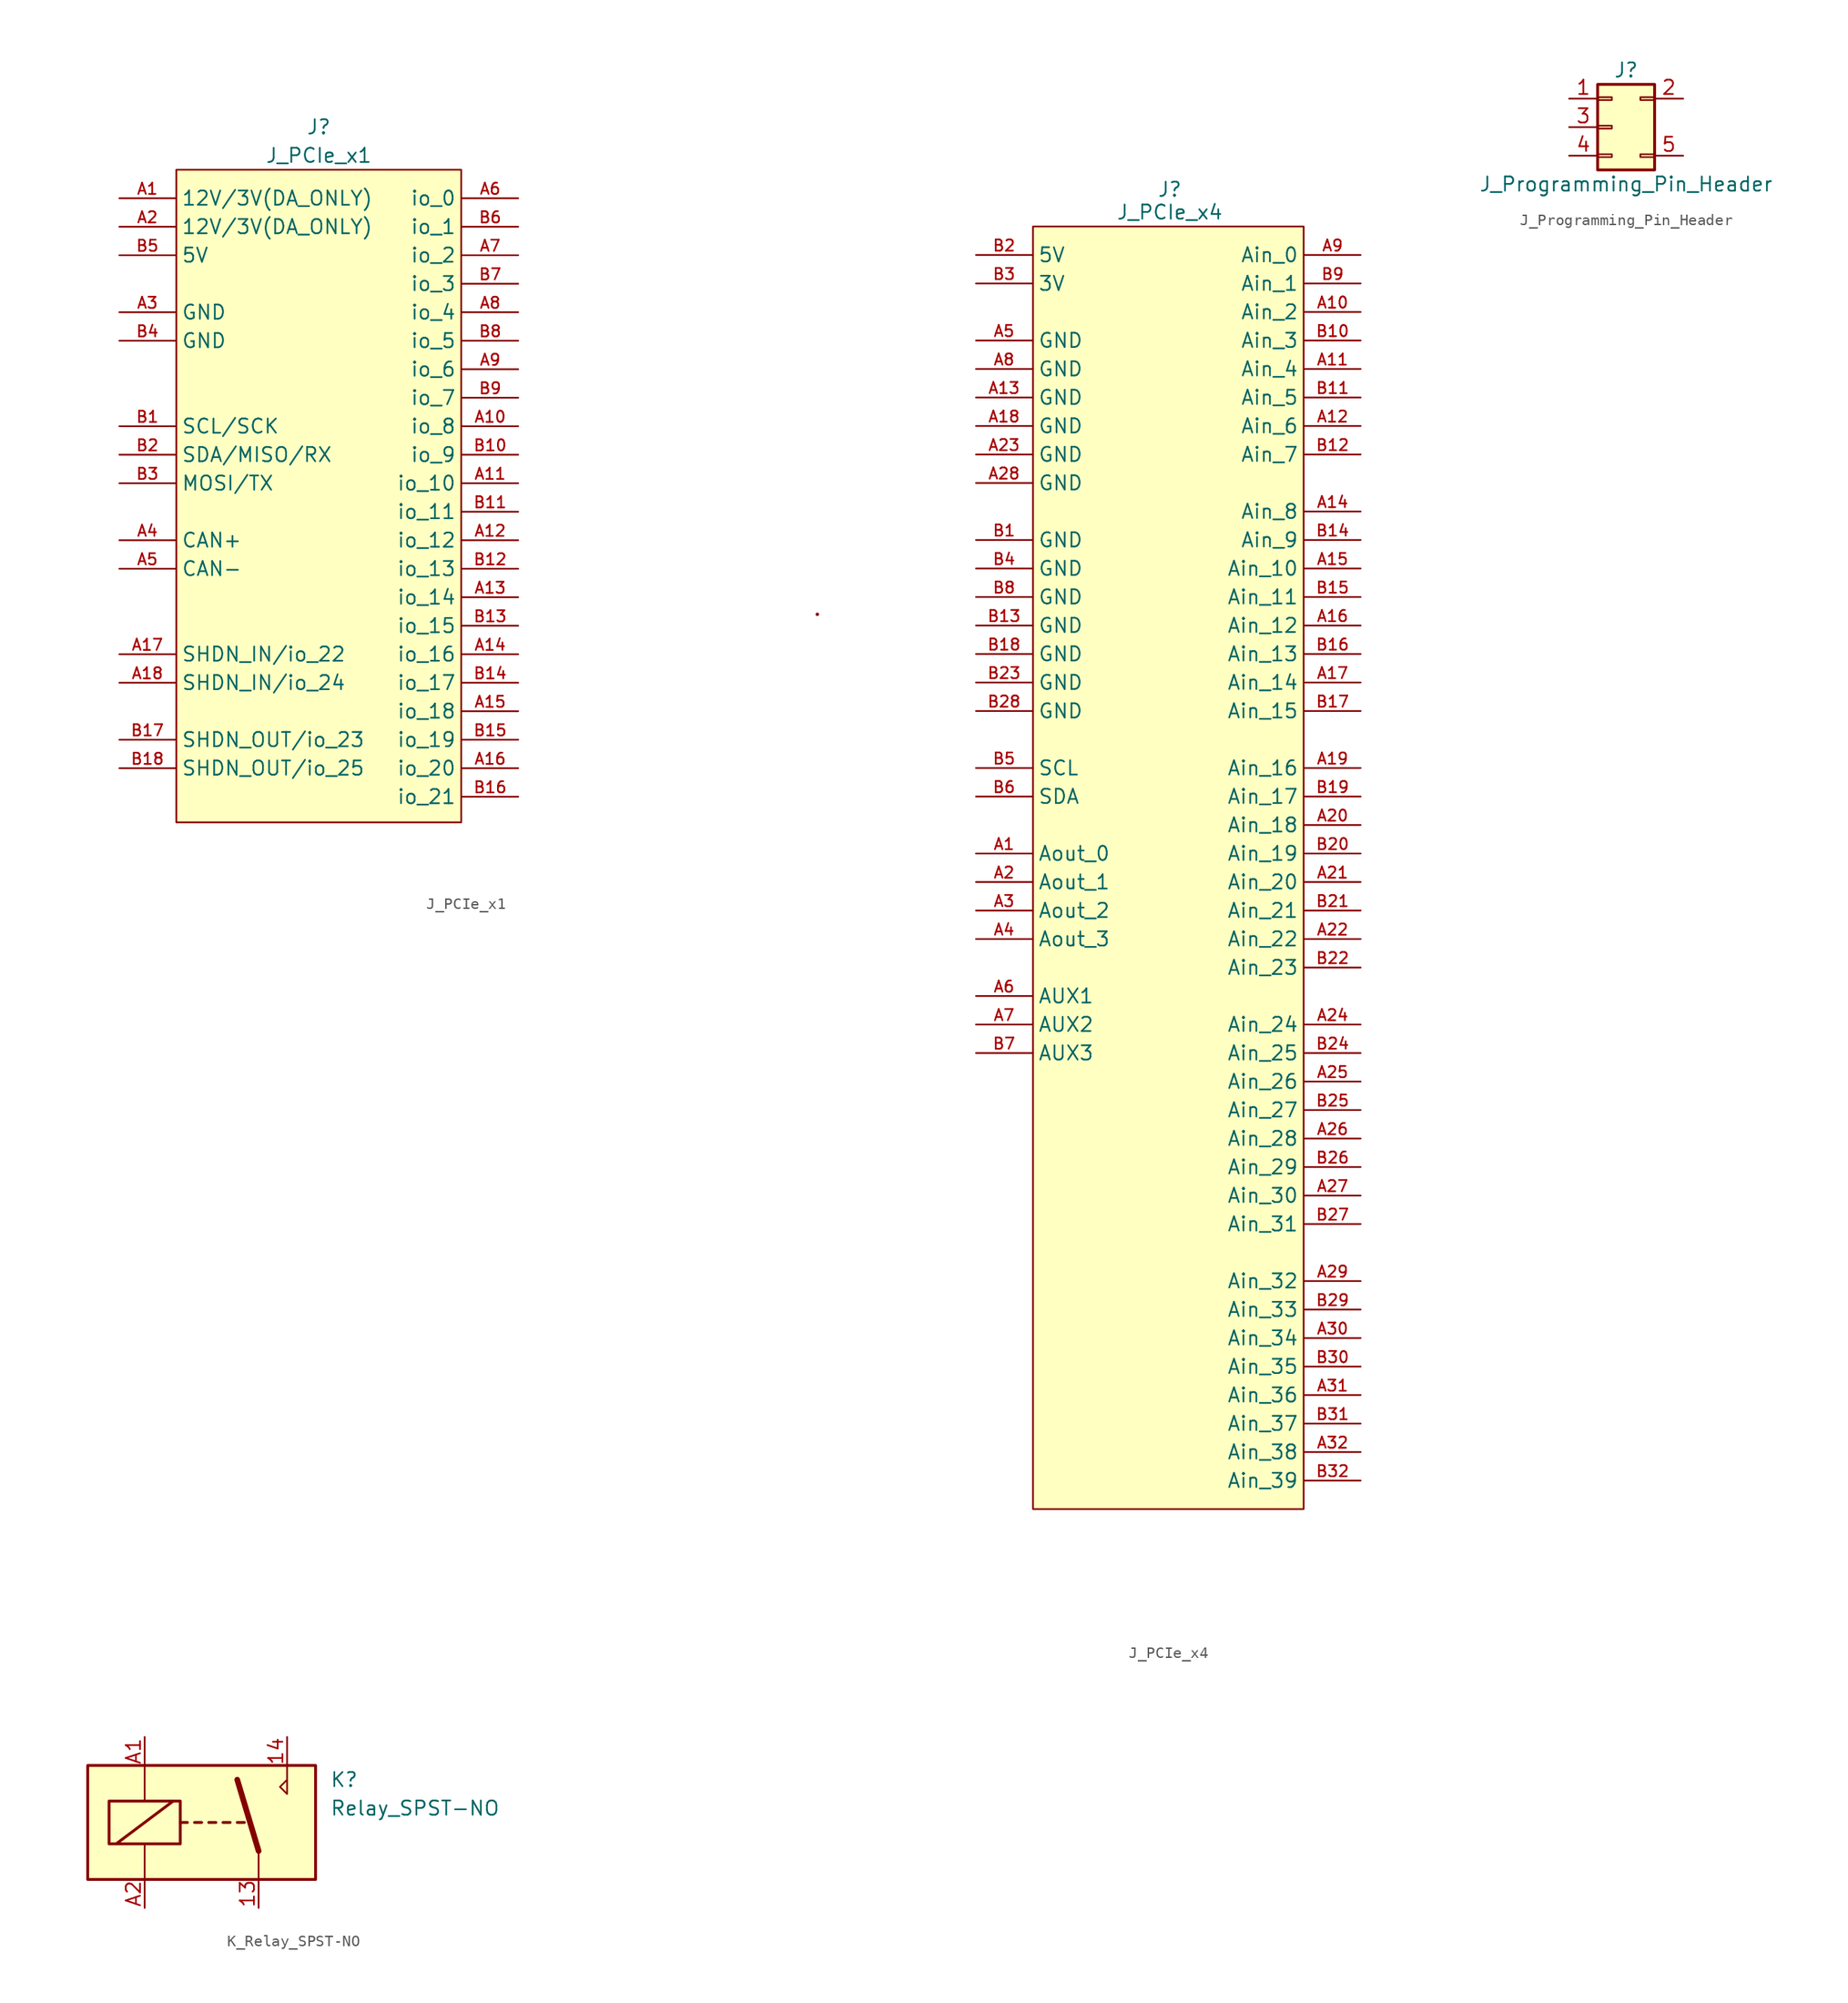
<source format=kicad_sym>
(kicad_symbol_lib
  (version 20241209)
  (generator symbol2library)
  (symbol "J_PCIe_x1"
    (property "Reference" "J"
      (at 0 30.48 0)
      (do_not_autoplace)
      (effects (font (size 1.27 1.27))))
    (property "Value" "J_PCIe_x1"
      (at 0 27.94 0)
      (do_not_autoplace)
      (effects (font (size 1.27 1.27))))
    (symbol "J_PCIe_x1_0_1"
      (circle (center 44.45 -12.954) (radius 0.0001) (stroke (width 0) (type default)) (fill (type none))))
    (symbol "J_PCIe_x1_1_1"
      (rectangle (start -12.7 26.67) (end 12.7 -31.496) (stroke (width 0) (type default)) (fill (type background)))
      (pin bidirectional line (at -17.78 24.13 0) (length 5) (name "12V/3V(DA_ONLY)" (effects (font (size 1.27 1.27)))) (number "A1" (effects (font (size 1 1)))))
      (pin bidirectional line (at -17.78 21.59 0) (length 5) (name "12V/3V(DA_ONLY)" (effects (font (size 1.27 1.27)))) (number "A2" (effects (font (size 1 1)))))
      (pin bidirectional line (at -17.78 19.05 0) (length 5) (name "5V" (effects (font (size 1.27 1.27)))) (number "B5" (effects (font (size 1 1)))))
      (pin bidirectional line (at -17.78 13.97 0) (length 5) (name "GND" (effects (font (size 1.27 1.27)))) (number "A3" (effects (font (size 1 1)))))
      (pin bidirectional line (at -17.78 11.43 0) (length 5) (name "GND" (effects (font (size 1.27 1.27)))) (number "B4" (effects (font (size 1 1)))))
      (pin bidirectional line (at -17.78 3.81 0) (length 5) (name "SCL/SCK" (effects (font (size 1.27 1.27)))) (number "B1" (effects (font (size 1 1)))))
      (pin bidirectional line (at -17.78 1.27 0) (length 5) (name "SDA/MISO/RX" (effects (font (size 1.27 1.27)))) (number "B2" (effects (font (size 1 1)))))
      (pin bidirectional line (at -17.78 -1.27 0) (length 5) (name "MOSI/TX" (effects (font (size 1.27 1.27)))) (number "B3" (effects (font (size 1 1)))))
      (pin bidirectional line (at -17.78 -6.35 0) (length 5) (name "CAN+" (effects (font (size 1.27 1.27)))) (number "A4" (effects (font (size 1 1)))))
      (pin bidirectional line (at -17.78 -8.89 0) (length 5) (name "CAN-" (effects (font (size 1.27 1.27)))) (number "A5" (effects (font (size 1 1)))))
      (pin bidirectional line (at -17.78 -16.51 0) (length 5) (name "SHDN_IN/io_22" (effects (font (size 1.27 1.27)))) (number "A17" (effects (font (size 1 1)))))
      (pin bidirectional line (at -17.78 -19.05 0) (length 5) (name "SHDN_IN/io_24" (effects (font (size 1.27 1.27)))) (number "A18" (effects (font (size 1 1)))))
      (pin bidirectional line (at -17.78 -24.13 0) (length 5) (name "SHDN_OUT/io_23" (effects (font (size 1.27 1.27)))) (number "B17" (effects (font (size 1 1)))))
      (pin bidirectional line (at -17.78 -26.67 0) (length 5) (name "SHDN_OUT/io_25" (effects (font (size 1.27 1.27)))) (number "B18" (effects (font (size 1 1)))))
      (pin bidirectional line (at 17.78 24.13 180) (length 5) (name "io_0" (effects (font (size 1.27 1.27)))) (number "A6" (effects (font (size 1 1)))))
      (pin bidirectional line (at 17.78 21.59 180) (length 5) (name "io_1" (effects (font (size 1.27 1.27)))) (number "B6" (effects (font (size 1 1)))))
      (pin bidirectional line (at 17.78 19.05 180) (length 5) (name "io_2" (effects (font (size 1.27 1.27)))) (number "A7" (effects (font (size 1 1)))))
      (pin bidirectional line (at 17.78 16.51 180) (length 5) (name "io_3" (effects (font (size 1.27 1.27)))) (number "B7" (effects (font (size 1 1)))))
      (pin bidirectional line (at 17.78 13.97 180) (length 5) (name "io_4" (effects (font (size 1.27 1.27)))) (number "A8" (effects (font (size 1 1)))))
      (pin bidirectional line (at 17.78 11.43 180) (length 5) (name "io_5" (effects (font (size 1.27 1.27)))) (number "B8" (effects (font (size 1 1)))))
      (pin bidirectional line (at 17.78 8.89 180) (length 5) (name "io_6" (effects (font (size 1.27 1.27)))) (number "A9" (effects (font (size 1 1)))))
      (pin bidirectional line (at 17.78 6.35 180) (length 5) (name "io_7" (effects (font (size 1.27 1.27)))) (number "B9" (effects (font (size 1 1)))))
      (pin bidirectional line (at 17.78 3.81 180) (length 5) (name "io_8" (effects (font (size 1.27 1.27)))) (number "A10" (effects (font (size 1 1)))))
      (pin bidirectional line (at 17.78 1.27 180) (length 5) (name "io_9" (effects (font (size 1.27 1.27)))) (number "B10" (effects (font (size 1 1)))))
      (pin bidirectional line (at 17.78 -1.27 180) (length 5) (name "io_10" (effects (font (size 1.27 1.27)))) (number "A11" (effects (font (size 1 1)))))
      (pin bidirectional line (at 17.78 -3.81 180) (length 5) (name "io_11" (effects (font (size 1.27 1.27)))) (number "B11" (effects (font (size 1 1)))))
      (pin bidirectional line (at 17.78 -6.35 180) (length 5) (name "io_12" (effects (font (size 1.27 1.27)))) (number "A12" (effects (font (size 1 1)))))
      (pin bidirectional line (at 17.78 -8.89 180) (length 5) (name "io_13" (effects (font (size 1.27 1.27)))) (number "B12" (effects (font (size 1 1)))))
      (pin bidirectional line (at 17.78 -11.43 180) (length 5) (name "io_14" (effects (font (size 1.27 1.27)))) (number "A13" (effects (font (size 1 1)))))
      (pin bidirectional line (at 17.78 -13.97 180) (length 5) (name "io_15" (effects (font (size 1.27 1.27)))) (number "B13" (effects (font (size 1 1)))))
      (pin bidirectional line (at 17.78 -16.51 180) (length 5) (name "io_16" (effects (font (size 1.27 1.27)))) (number "A14" (effects (font (size 1 1)))))
      (pin bidirectional line (at 17.78 -19.05 180) (length 5) (name "io_17" (effects (font (size 1.27 1.27)))) (number "B14" (effects (font (size 1 1)))))
      (pin bidirectional line (at 17.78 -21.59 180) (length 5) (name "io_18" (effects (font (size 1.27 1.27)))) (number "A15" (effects (font (size 1 1)))))
      (pin bidirectional line (at 17.78 -24.13 180) (length 5) (name "io_19" (effects (font (size 1.27 1.27)))) (number "B15" (effects (font (size 1 1)))))
      (pin bidirectional line (at 17.78 -26.67 180) (length 5) (name "io_20" (effects (font (size 1.27 1.27)))) (number "A16" (effects (font (size 1 1)))))
      (pin bidirectional line (at 17.78 -29.21 180) (length 5) (name "io_21" (effects (font (size 1.27 1.27)))) (number "B16" (effects (font (size 1 1)))))))
  (symbol "J_PCIe_x4"
    (property "Reference" "J"
      (at -0.508 50.292 0)
      (do_not_autoplace)
      (effects (font (size 1.27 1.27))))
    (property "Value" "J_PCIe_x4"
      (at -0.508 48.26 0)
      (do_not_autoplace)
      (effects (font (size 1.27 1.27))))
    (symbol "J_PCIe_x4_1_1"
      (rectangle (start -12.7 46.99) (end 11.43 -67.31) (stroke (width 0) (type default)) (fill (type background)))
      (pin bidirectional line (at -17.78 44.45 0) (length 5) (name "5V" (effects (font (size 1.27 1.27)))) (number "B2" (effects (font (size 1 1)))))
      (pin bidirectional line (at -17.78 41.91 0) (length 5) (name "3V" (effects (font (size 1.27 1.27)))) (number "B3" (effects (font (size 1 1)))))
      (pin bidirectional line (at -17.78 36.83 0) (length 5) (name "GND" (effects (font (size 1.27 1.27)))) (number "A5" (effects (font (size 1 1)))))
      (pin bidirectional line (at -17.78 34.29 0) (length 5) (name "GND" (effects (font (size 1.27 1.27)))) (number "A8" (effects (font (size 1 1)))))
      (pin bidirectional line (at -17.78 31.75 0) (length 5) (name "GND" (effects (font (size 1.27 1.27)))) (number "A13" (effects (font (size 1 1)))))
      (pin bidirectional line (at -17.78 29.21 0) (length 5) (name "GND" (effects (font (size 1.27 1.27)))) (number "A18" (effects (font (size 1 1)))))
      (pin bidirectional line (at -17.78 26.67 0) (length 5) (name "GND" (effects (font (size 1.27 1.27)))) (number "A23" (effects (font (size 1 1)))))
      (pin bidirectional line (at -17.78 24.13 0) (length 5) (name "GND" (effects (font (size 1.27 1.27)))) (number "A28" (effects (font (size 1 1)))))
      (pin bidirectional line (at -17.78 19.05 0) (length 5) (name "GND" (effects (font (size 1.27 1.27)))) (number "B1" (effects (font (size 1 1)))))
      (pin bidirectional line (at -17.78 16.51 0) (length 5) (name "GND" (effects (font (size 1.27 1.27)))) (number "B4" (effects (font (size 1 1)))))
      (pin bidirectional line (at -17.78 13.97 0) (length 5) (name "GND" (effects (font (size 1.27 1.27)))) (number "B8" (effects (font (size 1 1)))))
      (pin bidirectional line (at -17.78 11.43 0) (length 5) (name "GND" (effects (font (size 1.27 1.27)))) (number "B13" (effects (font (size 1 1)))))
      (pin bidirectional line (at -17.78 8.89 0) (length 5) (name "GND" (effects (font (size 1.27 1.27)))) (number "B18" (effects (font (size 1 1)))))
      (pin bidirectional line (at -17.78 6.35 0) (length 5) (name "GND" (effects (font (size 1.27 1.27)))) (number "B23" (effects (font (size 1 1)))))
      (pin bidirectional line (at -17.78 3.81 0) (length 5) (name "GND" (effects (font (size 1.27 1.27)))) (number "B28" (effects (font (size 1 1)))))
      (pin bidirectional line (at -17.78 -1.27 0) (length 5) (name "SCL" (effects (font (size 1.27 1.27)))) (number "B5" (effects (font (size 1 1)))))
      (pin bidirectional line (at -17.78 -3.81 0) (length 5) (name "SDA" (effects (font (size 1.27 1.27)))) (number "B6" (effects (font (size 1 1)))))
      (pin bidirectional line (at -17.78 -8.89 0) (length 5) (name "Aout_0" (effects (font (size 1.27 1.27)))) (number "A1" (effects (font (size 1 1)))))
      (pin bidirectional line (at -17.78 -11.43 0) (length 5) (name "Aout_1" (effects (font (size 1.27 1.27)))) (number "A2" (effects (font (size 1 1)))))
      (pin bidirectional line (at -17.78 -13.97 0) (length 5) (name "Aout_2" (effects (font (size 1.27 1.27)))) (number "A3" (effects (font (size 1 1)))))
      (pin bidirectional line (at -17.78 -16.51 0) (length 5) (name "Aout_3" (effects (font (size 1.27 1.27)))) (number "A4" (effects (font (size 1 1)))))
      (pin bidirectional line (at -17.78 -21.59 0) (length 5) (name "AUX1" (effects (font (size 1.27 1.27)))) (number "A6" (effects (font (size 1 1)))))
      (pin bidirectional line (at -17.78 -24.13 0) (length 5) (name "AUX2" (effects (font (size 1.27 1.27)))) (number "A7" (effects (font (size 1 1)))))
      (pin bidirectional line (at -17.78 -26.67 0) (length 5) (name "AUX3" (effects (font (size 1.27 1.27)))) (number "B7" (effects (font (size 1 1)))))
      (pin bidirectional line (at 16.51 44.45 180) (length 5) (name "Ain_0" (effects (font (size 1.27 1.27)))) (number "A9" (effects (font (size 1 1)))))
      (pin bidirectional line (at 16.51 41.91 180) (length 5) (name "Ain_1" (effects (font (size 1.27 1.27)))) (number "B9" (effects (font (size 1 1)))))
      (pin bidirectional line (at 16.51 39.37 180) (length 5) (name "Ain_2" (effects (font (size 1.27 1.27)))) (number "A10" (effects (font (size 1 1)))))
      (pin bidirectional line (at 16.51 36.83 180) (length 5) (name "Ain_3" (effects (font (size 1.27 1.27)))) (number "B10" (effects (font (size 1 1)))))
      (pin bidirectional line (at 16.51 34.29 180) (length 5) (name "Ain_4" (effects (font (size 1.27 1.27)))) (number "A11" (effects (font (size 1 1)))))
      (pin bidirectional line (at 16.51 31.75 180) (length 5) (name "Ain_5" (effects (font (size 1.27 1.27)))) (number "B11" (effects (font (size 1 1)))))
      (pin bidirectional line (at 16.51 29.21 180) (length 5) (name "Ain_6" (effects (font (size 1.27 1.27)))) (number "A12" (effects (font (size 1 1)))))
      (pin bidirectional line (at 16.51 26.67 180) (length 5) (name "Ain_7" (effects (font (size 1.27 1.27)))) (number "B12" (effects (font (size 1 1)))))
      (pin bidirectional line (at 16.51 21.59 180) (length 5) (name "Ain_8" (effects (font (size 1.27 1.27)))) (number "A14" (effects (font (size 1 1)))))
      (pin bidirectional line (at 16.51 19.05 180) (length 5) (name "Ain_9" (effects (font (size 1.27 1.27)))) (number "B14" (effects (font (size 1 1)))))
      (pin bidirectional line (at 16.51 16.51 180) (length 5) (name "Ain_10" (effects (font (size 1.27 1.27)))) (number "A15" (effects (font (size 1 1)))))
      (pin bidirectional line (at 16.51 13.97 180) (length 5) (name "Ain_11" (effects (font (size 1.27 1.27)))) (number "B15" (effects (font (size 1 1)))))
      (pin bidirectional line (at 16.51 11.43 180) (length 5) (name "Ain_12" (effects (font (size 1.27 1.27)))) (number "A16" (effects (font (size 1 1)))))
      (pin bidirectional line (at 16.51 8.89 180) (length 5) (name "Ain_13" (effects (font (size 1.27 1.27)))) (number "B16" (effects (font (size 1 1)))))
      (pin bidirectional line (at 16.51 6.35 180) (length 5) (name "Ain_14" (effects (font (size 1.27 1.27)))) (number "A17" (effects (font (size 1 1)))))
      (pin bidirectional line (at 16.51 3.81 180) (length 5) (name "Ain_15" (effects (font (size 1.27 1.27)))) (number "B17" (effects (font (size 1 1)))))
      (pin bidirectional line (at 16.51 -1.27 180) (length 5) (name "Ain_16" (effects (font (size 1.27 1.27)))) (number "A19" (effects (font (size 1 1)))))
      (pin bidirectional line (at 16.51 -3.81 180) (length 5) (name "Ain_17" (effects (font (size 1.27 1.27)))) (number "B19" (effects (font (size 1 1)))))
      (pin bidirectional line (at 16.51 -6.35 180) (length 5) (name "Ain_18" (effects (font (size 1.27 1.27)))) (number "A20" (effects (font (size 1 1)))))
      (pin bidirectional line (at 16.51 -8.89 180) (length 5) (name "Ain_19" (effects (font (size 1.27 1.27)))) (number "B20" (effects (font (size 1 1)))))
      (pin bidirectional line (at 16.51 -11.43 180) (length 5) (name "Ain_20" (effects (font (size 1.27 1.27)))) (number "A21" (effects (font (size 1 1)))))
      (pin bidirectional line (at 16.51 -13.97 180) (length 5) (name "Ain_21" (effects (font (size 1.27 1.27)))) (number "B21" (effects (font (size 1 1)))))
      (pin bidirectional line (at 16.51 -16.51 180) (length 5) (name "Ain_22" (effects (font (size 1.27 1.27)))) (number "A22" (effects (font (size 1 1)))))
      (pin bidirectional line (at 16.51 -19.05 180) (length 5) (name "Ain_23" (effects (font (size 1.27 1.27)))) (number "B22" (effects (font (size 1 1)))))
      (pin bidirectional line (at 16.51 -24.13 180) (length 5) (name "Ain_24" (effects (font (size 1.27 1.27)))) (number "A24" (effects (font (size 1 1)))))
      (pin bidirectional line (at 16.51 -26.67 180) (length 5) (name "Ain_25" (effects (font (size 1.27 1.27)))) (number "B24" (effects (font (size 1 1)))))
      (pin bidirectional line (at 16.51 -29.21 180) (length 5) (name "Ain_26" (effects (font (size 1.27 1.27)))) (number "A25" (effects (font (size 1 1)))))
      (pin bidirectional line (at 16.51 -31.75 180) (length 5) (name "Ain_27" (effects (font (size 1.27 1.27)))) (number "B25" (effects (font (size 1 1)))))
      (pin bidirectional line (at 16.51 -34.29 180) (length 5) (name "Ain_28" (effects (font (size 1.27 1.27)))) (number "A26" (effects (font (size 1 1)))))
      (pin bidirectional line (at 16.51 -36.83 180) (length 5) (name "Ain_29" (effects (font (size 1.27 1.27)))) (number "B26" (effects (font (size 1 1)))))
      (pin bidirectional line (at 16.51 -39.37 180) (length 5) (name "Ain_30" (effects (font (size 1.27 1.27)))) (number "A27" (effects (font (size 1 1)))))
      (pin bidirectional line (at 16.51 -41.91 180) (length 5) (name "Ain_31" (effects (font (size 1.27 1.27)))) (number "B27" (effects (font (size 1 1)))))
      (pin bidirectional line (at 16.51 -46.99 180) (length 5) (name "Ain_32" (effects (font (size 1.27 1.27)))) (number "A29" (effects (font (size 1 1)))))
      (pin bidirectional line (at 16.51 -49.53 180) (length 5) (name "Ain_33" (effects (font (size 1.27 1.27)))) (number "B29" (effects (font (size 1 1)))))
      (pin bidirectional line (at 16.51 -52.07 180) (length 5) (name "Ain_34" (effects (font (size 1.27 1.27)))) (number "A30" (effects (font (size 1 1)))))
      (pin bidirectional line (at 16.51 -54.61 180) (length 5) (name "Ain_35" (effects (font (size 1.27 1.27)))) (number "B30" (effects (font (size 1 1)))))
      (pin bidirectional line (at 16.51 -57.15 180) (length 5) (name "Ain_36" (effects (font (size 1.27 1.27)))) (number "A31" (effects (font (size 1 1)))))
      (pin bidirectional line (at 16.51 -59.69 180) (length 5) (name "Ain_37" (effects (font (size 1.27 1.27)))) (number "B31" (effects (font (size 1 1)))))
      (pin bidirectional line (at 16.51 -62.23 180) (length 5) (name "Ain_38" (effects (font (size 1.27 1.27)))) (number "A32" (effects (font (size 1 1)))))
      (pin bidirectional line (at 16.51 -64.77 180) (length 5) (name "Ain_39" (effects (font (size 1.27 1.27)))) (number "B32" (effects (font (size 1 1)))))))
  (symbol "J_Programming_Pin_Header"
    (pin_names
      (offset 1.016)
      (hide yes))
    (property "Reference" "J"
      (at 1.27 5.08 0)
      (effects (font (size 1.27 1.27))))
    (property "Value" "J_Programming_Pin_Header"
      (at 1.27 -5.08 0)
      (effects (font (size 1.27 1.27))))
    (symbol "J_Programming_Pin_Header_1_1"
      (rectangle (start -1.27 3.81) (end 3.81 -3.81) (stroke (width 0.254) (type default)) (fill (type background)))
      (rectangle (start -1.27 2.667) (end 0 2.413) (stroke (width 0.152) (type default)) (fill (type none)))
      (rectangle (start -1.27 0.127) (end 0 -0.127) (stroke (width 0.152) (type default)) (fill (type none)))
      (rectangle (start -1.27 -2.413) (end 0 -2.667) (stroke (width 0.152) (type default)) (fill (type none)))
      (rectangle (start 3.81 2.667) (end 2.54 2.413) (stroke (width 0.152) (type default)) (fill (type none)))
      (rectangle (start 3.81 -2.413) (end 2.54 -2.667) (stroke (width 0.152) (type default)) (fill (type none)))
      (pin passive line (at -3.81 2.54 0) (length 2.54) (name "Pin_1" (effects (font (size 1.27 1.27)))) (number "1" (effects (font (size 1.27 1.27)))))
      (pin passive line (at -3.81 0 0) (length 2.54) (name "Pin_3" (effects (font (size 1.27 1.27)))) (number "3" (effects (font (size 1.27 1.27)))))
      (pin passive line (at -3.81 -2.54 0) (length 2.54) (name "Pin_4" (effects (font (size 1.27 1.27)))) (number "4" (effects (font (size 1.27 1.27)))))
      (pin passive line (at 6.35 2.54 180) (length 2.54) (name "Pin_2" (effects (font (size 1.27 1.27)))) (number "2" (effects (font (size 1.27 1.27)))))
      (pin passive line (at 6.35 -2.54 180) (length 2.54) (name "Pin_5" (effects (font (size 1.27 1.27)))) (number "5" (effects (font (size 1.27 1.27)))))))
  (symbol "K_Relay_SPST-NO"
    (property "Reference" "K"
      (at 11.43 3.81 0)
      (effects (font (size 1.27 1.27)) (justify left)))
    (property "Value" "Relay_SPST-NO"
      (at 11.43 1.27 0)
      (effects (font (size 1.27 1.27)) (justify left)))
    (symbol "K_Relay_SPST-NO_0_0"
      (polyline (pts (xy 7.62 5.08) (xy 7.62 2.54) (xy 6.985 3.175) (xy 7.62 3.81)) (stroke (width 0) (type default)) (fill (type none))))
    (symbol "K_Relay_SPST-NO_0_1"
      (rectangle (start -10.16 5.08) (end 10.16 -5.08) (stroke (width 0.254) (type default)) (fill (type background)))
      (rectangle (start -8.255 1.905) (end -1.905 -1.905) (stroke (width 0.254) (type default)) (fill (type none)))
      (polyline (pts (xy -7.62 -1.905) (xy -2.54 1.905)) (stroke (width 0.254) (type default)) (fill (type none)))
      (polyline (pts (xy -5.08 5.08) (xy -5.08 1.905)) (stroke (width 0) (type default)) (fill (type none)))
      (polyline (pts (xy -5.08 -5.08) (xy -5.08 -1.905)) (stroke (width 0) (type default)) (fill (type none)))
      (polyline (pts (xy -1.905 0) (xy -1.27 0)) (stroke (width 0.254) (type default)) (fill (type none)))
      (polyline (pts (xy -0.635 0) (xy 0 0)) (stroke (width 0.254) (type default)) (fill (type none)))
      (polyline (pts (xy 0.635 0) (xy 1.27 0)) (stroke (width 0.254) (type default)) (fill (type none)))
      (polyline (pts (xy 1.905 0) (xy 2.54 0)) (stroke (width 0.254) (type default)) (fill (type none)))
      (polyline (pts (xy 3.175 0) (xy 3.81 0)) (stroke (width 0.254) (type default)) (fill (type none)))
      (polyline (pts (xy 5.08 -2.54) (xy 3.175 3.81)) (stroke (width 0.508) (type default)) (fill (type none)))
      (polyline (pts (xy 5.08 -2.54) (xy 5.08 -5.08)) (stroke (width 0) (type default)) (fill (type none))))
    (symbol "K_Relay_SPST-NO_1_1"
      (pin passive line (at -5.08 7.62 270) (length 2.54) (name "~" (effects (font (size 1.27 1.27)))) (number "A1" (effects (font (size 1.27 1.27)))))
      (pin passive line (at -5.08 -7.62 90) (length 2.54) (name "~" (effects (font (size 1.27 1.27)))) (number "A2" (effects (font (size 1.27 1.27)))))
      (pin passive line (at 5.08 -7.62 90) (length 2.54) (name "~" (effects (font (size 1.27 1.27)))) (number "13" (effects (font (size 1.27 1.27)))))
      (pin passive line (at 7.62 7.62 270) (length 2.54) (name "~" (effects (font (size 1.27 1.27)))) (number "14" (effects (font (size 1.27 1.27))))))))
</source>
